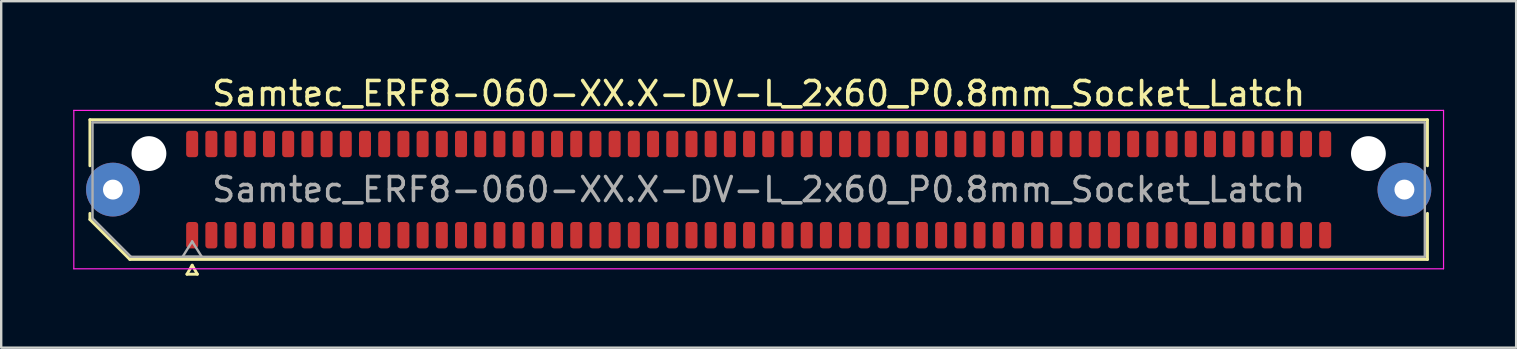
<source format=kicad_pcb>
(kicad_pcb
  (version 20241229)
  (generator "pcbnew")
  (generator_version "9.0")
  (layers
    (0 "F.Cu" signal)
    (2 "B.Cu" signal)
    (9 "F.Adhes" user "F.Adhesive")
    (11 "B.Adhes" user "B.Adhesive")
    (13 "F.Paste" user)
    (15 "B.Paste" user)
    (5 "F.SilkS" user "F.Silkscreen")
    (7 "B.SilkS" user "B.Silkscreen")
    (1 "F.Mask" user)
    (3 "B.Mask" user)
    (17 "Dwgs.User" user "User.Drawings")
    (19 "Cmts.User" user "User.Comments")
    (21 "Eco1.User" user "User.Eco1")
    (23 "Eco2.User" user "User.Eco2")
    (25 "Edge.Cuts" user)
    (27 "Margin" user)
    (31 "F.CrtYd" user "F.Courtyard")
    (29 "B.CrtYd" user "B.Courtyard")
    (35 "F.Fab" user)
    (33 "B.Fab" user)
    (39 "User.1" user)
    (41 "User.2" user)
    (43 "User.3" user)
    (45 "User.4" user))
  (footprint "Samtec_ERF8-060-XX.X-DV-L_2x60_P0.8mm_Socket_Latch"
    (layer "F.Cu")
    (at 28.555 4.848)
    (property "Reference" "Samtec_ERF8-060-XX.X-DV-L_2x60_P0.8mm_Socket_Latch" (at 0 -4 0) (layer "F.SilkS") (effects (font (size 1 1) (thickness 0.15))))
    (attr smd)
    (fp_line (start -27.86 -2.91) (end 27.86 -2.91) (stroke (width 0.12) (type solid)) (layer "F.SilkS"))
    (fp_line (start -27.86 -0.991) (end -27.86 -2.91) (stroke (width 0.12) (type solid)) (layer "F.SilkS"))
    (fp_line (start -27.86 1.246) (end -27.86 0.991) (stroke (width 0.12) (type solid)) (layer "F.SilkS"))
    (fp_line (start -26.196 2.91) (end -27.86 1.246) (stroke (width 0.12) (type solid)) (layer "F.SilkS"))
    (fp_line (start -23.817 3.525) (end -23.6 3.15) (stroke (width 0.12) (type solid)) (layer "F.SilkS"))
    (fp_line (start -23.6 3.15) (end -23.383 3.525) (stroke (width 0.12) (type solid)) (layer "F.SilkS"))
    (fp_line (start -23.383 3.525) (end -23.817 3.525) (stroke (width 0.12) (type solid)) (layer "F.SilkS"))
    (fp_line (start 27.86 -2.91) (end 27.86 -0.991) (stroke (width 0.12) (type solid)) (layer "F.SilkS"))
    (fp_line (start 27.86 0.991) (end 27.86 2.91) (stroke (width 0.12) (type solid)) (layer "F.SilkS"))
    (fp_line (start 27.86 2.91) (end -26.196 2.91) (stroke (width 0.12) (type solid)) (layer "F.SilkS"))
    (fp_line (start -28.53 -3.3) (end -28.53 3.3) (stroke (width 0.05) (type solid)) (layer "F.CrtYd"))
    (fp_line (start -28.53 3.3) (end 28.53 3.3) (stroke (width 0.05) (type solid)) (layer "F.CrtYd"))
    (fp_line (start 28.53 -3.3) (end -28.53 -3.3) (stroke (width 0.05) (type solid)) (layer "F.CrtYd"))
    (fp_line (start 28.53 3.3) (end 28.53 -3.3) (stroke (width 0.05) (type solid)) (layer "F.CrtYd"))
    (fp_line (start -27.75 -2.8) (end 27.75 -2.8) (stroke (width 0.1) (type solid)) (layer "F.Fab"))
    (fp_line (start -27.75 1.2) (end -27.75 -2.8) (stroke (width 0.1) (type solid)) (layer "F.Fab"))
    (fp_line (start -26.15 2.8) (end -27.75 1.2) (stroke (width 0.1) (type solid)) (layer "F.Fab"))
    (fp_line (start -24 2.8) (end -23.6 2.16) (stroke (width 0.1) (type solid)) (layer "F.Fab"))
    (fp_line (start -23.6 2.16) (end -23.2 2.8) (stroke (width 0.1) (type solid)) (layer "F.Fab"))
    (fp_line (start -23.2 2.8) (end -24 2.8) (stroke (width 0.1) (type solid)) (layer "F.Fab"))
    (fp_line (start 27.75 -2.8) (end 27.75 2.8) (stroke (width 0.1) (type solid)) (layer "F.Fab"))
    (fp_line (start 27.75 2.8) (end -26.15 2.8) (stroke (width 0.1) (type solid)) (layer "F.Fab"))
    (fp_text user "${REFERENCE}" (at 0 0 0) (layer "F.Fab") (effects (font (size 1 1) (thickness 0.15))))
    (pad "" thru_hole circle (at -26.9 0) (size 2.24 2.24) (drill 0.83) (layers "*.Cu" "*.Mask" "F.Paste"))
    (pad "" np_thru_hole circle (at -25.4 -1.5) (size 1.45 1.45) (drill 1.45) (layers "*.Cu" "*.Mask"))
    (pad "" np_thru_hole circle (at 25.4 -1.5) (size 1.45 1.45) (drill 1.45) (layers "*.Cu" "*.Mask"))
    (pad "" thru_hole circle (at 26.9 0) (size 2.24 2.24) (drill 0.83) (layers "*.Cu" "*.Mask" "F.Paste"))
    (pad "1" smd roundrect (at -23.6 1.9) (size 0.5 1.1) (layers "F.Cu" "F.Mask" "F.Paste") (roundrect_rratio 0.25))
    (pad "2" smd roundrect (at -23.6 -1.9) (size 0.5 1.1) (layers "F.Cu" "F.Mask" "F.Paste") (roundrect_rratio 0.25))
    (pad "3" smd roundrect (at -22.8 1.9) (size 0.5 1.1) (layers "F.Cu" "F.Mask" "F.Paste") (roundrect_rratio 0.25))
    (pad "4" smd roundrect (at -22.8 -1.9) (size 0.5 1.1) (layers "F.Cu" "F.Mask" "F.Paste") (roundrect_rratio 0.25))
    (pad "5" smd roundrect (at -22 1.9) (size 0.5 1.1) (layers "F.Cu" "F.Mask" "F.Paste") (roundrect_rratio 0.25))
    (pad "6" smd roundrect (at -22 -1.9) (size 0.5 1.1) (layers "F.Cu" "F.Mask" "F.Paste") (roundrect_rratio 0.25))
    (pad "7" smd roundrect (at -21.2 1.9) (size 0.5 1.1) (layers "F.Cu" "F.Mask" "F.Paste") (roundrect_rratio 0.25))
    (pad "8" smd roundrect (at -21.2 -1.9) (size 0.5 1.1) (layers "F.Cu" "F.Mask" "F.Paste") (roundrect_rratio 0.25))
    (pad "9" smd roundrect (at -20.4 1.9) (size 0.5 1.1) (layers "F.Cu" "F.Mask" "F.Paste") (roundrect_rratio 0.25))
    (pad "10" smd roundrect (at -20.4 -1.9) (size 0.5 1.1) (layers "F.Cu" "F.Mask" "F.Paste") (roundrect_rratio 0.25))
    (pad "11" smd roundrect (at -19.6 1.9) (size 0.5 1.1) (layers "F.Cu" "F.Mask" "F.Paste") (roundrect_rratio 0.25))
    (pad "12" smd roundrect (at -19.6 -1.9) (size 0.5 1.1) (layers "F.Cu" "F.Mask" "F.Paste") (roundrect_rratio 0.25))
    (pad "13" smd roundrect (at -18.8 1.9) (size 0.5 1.1) (layers "F.Cu" "F.Mask" "F.Paste") (roundrect_rratio 0.25))
    (pad "14" smd roundrect (at -18.8 -1.9) (size 0.5 1.1) (layers "F.Cu" "F.Mask" "F.Paste") (roundrect_rratio 0.25))
    (pad "15" smd roundrect (at -18 1.9) (size 0.5 1.1) (layers "F.Cu" "F.Mask" "F.Paste") (roundrect_rratio 0.25))
    (pad "16" smd roundrect (at -18 -1.9) (size 0.5 1.1) (layers "F.Cu" "F.Mask" "F.Paste") (roundrect_rratio 0.25))
    (pad "17" smd roundrect (at -17.2 1.9) (size 0.5 1.1) (layers "F.Cu" "F.Mask" "F.Paste") (roundrect_rratio 0.25))
    (pad "18" smd roundrect (at -17.2 -1.9) (size 0.5 1.1) (layers "F.Cu" "F.Mask" "F.Paste") (roundrect_rratio 0.25))
    (pad "19" smd roundrect (at -16.4 1.9) (size 0.5 1.1) (layers "F.Cu" "F.Mask" "F.Paste") (roundrect_rratio 0.25))
    (pad "20" smd roundrect (at -16.4 -1.9) (size 0.5 1.1) (layers "F.Cu" "F.Mask" "F.Paste") (roundrect_rratio 0.25))
    (pad "21" smd roundrect (at -15.6 1.9) (size 0.5 1.1) (layers "F.Cu" "F.Mask" "F.Paste") (roundrect_rratio 0.25))
    (pad "22" smd roundrect (at -15.6 -1.9) (size 0.5 1.1) (layers "F.Cu" "F.Mask" "F.Paste") (roundrect_rratio 0.25))
    (pad "23" smd roundrect (at -14.8 1.9) (size 0.5 1.1) (layers "F.Cu" "F.Mask" "F.Paste") (roundrect_rratio 0.25))
    (pad "24" smd roundrect (at -14.8 -1.9) (size 0.5 1.1) (layers "F.Cu" "F.Mask" "F.Paste") (roundrect_rratio 0.25))
    (pad "25" smd roundrect (at -14 1.9) (size 0.5 1.1) (layers "F.Cu" "F.Mask" "F.Paste") (roundrect_rratio 0.25))
    (pad "26" smd roundrect (at -14 -1.9) (size 0.5 1.1) (layers "F.Cu" "F.Mask" "F.Paste") (roundrect_rratio 0.25))
    (pad "27" smd roundrect (at -13.2 1.9) (size 0.5 1.1) (layers "F.Cu" "F.Mask" "F.Paste") (roundrect_rratio 0.25))
    (pad "28" smd roundrect (at -13.2 -1.9) (size 0.5 1.1) (layers "F.Cu" "F.Mask" "F.Paste") (roundrect_rratio 0.25))
    (pad "29" smd roundrect (at -12.4 1.9) (size 0.5 1.1) (layers "F.Cu" "F.Mask" "F.Paste") (roundrect_rratio 0.25))
    (pad "30" smd roundrect (at -12.4 -1.9) (size 0.5 1.1) (layers "F.Cu" "F.Mask" "F.Paste") (roundrect_rratio 0.25))
    (pad "31" smd roundrect (at -11.6 1.9) (size 0.5 1.1) (layers "F.Cu" "F.Mask" "F.Paste") (roundrect_rratio 0.25))
    (pad "32" smd roundrect (at -11.6 -1.9) (size 0.5 1.1) (layers "F.Cu" "F.Mask" "F.Paste") (roundrect_rratio 0.25))
    (pad "33" smd roundrect (at -10.8 1.9) (size 0.5 1.1) (layers "F.Cu" "F.Mask" "F.Paste") (roundrect_rratio 0.25))
    (pad "34" smd roundrect (at -10.8 -1.9) (size 0.5 1.1) (layers "F.Cu" "F.Mask" "F.Paste") (roundrect_rratio 0.25))
    (pad "35" smd roundrect (at -10 1.9) (size 0.5 1.1) (layers "F.Cu" "F.Mask" "F.Paste") (roundrect_rratio 0.25))
    (pad "36" smd roundrect (at -10 -1.9) (size 0.5 1.1) (layers "F.Cu" "F.Mask" "F.Paste") (roundrect_rratio 0.25))
    (pad "37" smd roundrect (at -9.2 1.9) (size 0.5 1.1) (layers "F.Cu" "F.Mask" "F.Paste") (roundrect_rratio 0.25))
    (pad "38" smd roundrect (at -9.2 -1.9) (size 0.5 1.1) (layers "F.Cu" "F.Mask" "F.Paste") (roundrect_rratio 0.25))
    (pad "39" smd roundrect (at -8.4 1.9) (size 0.5 1.1) (layers "F.Cu" "F.Mask" "F.Paste") (roundrect_rratio 0.25))
    (pad "40" smd roundrect (at -8.4 -1.9) (size 0.5 1.1) (layers "F.Cu" "F.Mask" "F.Paste") (roundrect_rratio 0.25))
    (pad "41" smd roundrect (at -7.6 1.9) (size 0.5 1.1) (layers "F.Cu" "F.Mask" "F.Paste") (roundrect_rratio 0.25))
    (pad "42" smd roundrect (at -7.6 -1.9) (size 0.5 1.1) (layers "F.Cu" "F.Mask" "F.Paste") (roundrect_rratio 0.25))
    (pad "43" smd roundrect (at -6.8 1.9) (size 0.5 1.1) (layers "F.Cu" "F.Mask" "F.Paste") (roundrect_rratio 0.25))
    (pad "44" smd roundrect (at -6.8 -1.9) (size 0.5 1.1) (layers "F.Cu" "F.Mask" "F.Paste") (roundrect_rratio 0.25))
    (pad "45" smd roundrect (at -6 1.9) (size 0.5 1.1) (layers "F.Cu" "F.Mask" "F.Paste") (roundrect_rratio 0.25))
    (pad "46" smd roundrect (at -6 -1.9) (size 0.5 1.1) (layers "F.Cu" "F.Mask" "F.Paste") (roundrect_rratio 0.25))
    (pad "47" smd roundrect (at -5.2 1.9) (size 0.5 1.1) (layers "F.Cu" "F.Mask" "F.Paste") (roundrect_rratio 0.25))
    (pad "48" smd roundrect (at -5.2 -1.9) (size 0.5 1.1) (layers "F.Cu" "F.Mask" "F.Paste") (roundrect_rratio 0.25))
    (pad "49" smd roundrect (at -4.4 1.9) (size 0.5 1.1) (layers "F.Cu" "F.Mask" "F.Paste") (roundrect_rratio 0.25))
    (pad "50" smd roundrect (at -4.4 -1.9) (size 0.5 1.1) (layers "F.Cu" "F.Mask" "F.Paste") (roundrect_rratio 0.25))
    (pad "51" smd roundrect (at -3.6 1.9) (size 0.5 1.1) (layers "F.Cu" "F.Mask" "F.Paste") (roundrect_rratio 0.25))
    (pad "52" smd roundrect (at -3.6 -1.9) (size 0.5 1.1) (layers "F.Cu" "F.Mask" "F.Paste") (roundrect_rratio 0.25))
    (pad "53" smd roundrect (at -2.8 1.9) (size 0.5 1.1) (layers "F.Cu" "F.Mask" "F.Paste") (roundrect_rratio 0.25))
    (pad "54" smd roundrect (at -2.8 -1.9) (size 0.5 1.1) (layers "F.Cu" "F.Mask" "F.Paste") (roundrect_rratio 0.25))
    (pad "55" smd roundrect (at -2 1.9) (size 0.5 1.1) (layers "F.Cu" "F.Mask" "F.Paste") (roundrect_rratio 0.25))
    (pad "56" smd roundrect (at -2 -1.9) (size 0.5 1.1) (layers "F.Cu" "F.Mask" "F.Paste") (roundrect_rratio 0.25))
    (pad "57" smd roundrect (at -1.2 1.9) (size 0.5 1.1) (layers "F.Cu" "F.Mask" "F.Paste") (roundrect_rratio 0.25))
    (pad "58" smd roundrect (at -1.2 -1.9) (size 0.5 1.1) (layers "F.Cu" "F.Mask" "F.Paste") (roundrect_rratio 0.25))
    (pad "59" smd roundrect (at -0.4 1.9) (size 0.5 1.1) (layers "F.Cu" "F.Mask" "F.Paste") (roundrect_rratio 0.25))
    (pad "60" smd roundrect (at -0.4 -1.9) (size 0.5 1.1) (layers "F.Cu" "F.Mask" "F.Paste") (roundrect_rratio 0.25))
    (pad "61" smd roundrect (at 0.4 1.9) (size 0.5 1.1) (layers "F.Cu" "F.Mask" "F.Paste") (roundrect_rratio 0.25))
    (pad "62" smd roundrect (at 0.4 -1.9) (size 0.5 1.1) (layers "F.Cu" "F.Mask" "F.Paste") (roundrect_rratio 0.25))
    (pad "63" smd roundrect (at 1.2 1.9) (size 0.5 1.1) (layers "F.Cu" "F.Mask" "F.Paste") (roundrect_rratio 0.25))
    (pad "64" smd roundrect (at 1.2 -1.9) (size 0.5 1.1) (layers "F.Cu" "F.Mask" "F.Paste") (roundrect_rratio 0.25))
    (pad "65" smd roundrect (at 2 1.9) (size 0.5 1.1) (layers "F.Cu" "F.Mask" "F.Paste") (roundrect_rratio 0.25))
    (pad "66" smd roundrect (at 2 -1.9) (size 0.5 1.1) (layers "F.Cu" "F.Mask" "F.Paste") (roundrect_rratio 0.25))
    (pad "67" smd roundrect (at 2.8 1.9) (size 0.5 1.1) (layers "F.Cu" "F.Mask" "F.Paste") (roundrect_rratio 0.25))
    (pad "68" smd roundrect (at 2.8 -1.9) (size 0.5 1.1) (layers "F.Cu" "F.Mask" "F.Paste") (roundrect_rratio 0.25))
    (pad "69" smd roundrect (at 3.6 1.9) (size 0.5 1.1) (layers "F.Cu" "F.Mask" "F.Paste") (roundrect_rratio 0.25))
    (pad "70" smd roundrect (at 3.6 -1.9) (size 0.5 1.1) (layers "F.Cu" "F.Mask" "F.Paste") (roundrect_rratio 0.25))
    (pad "71" smd roundrect (at 4.4 1.9) (size 0.5 1.1) (layers "F.Cu" "F.Mask" "F.Paste") (roundrect_rratio 0.25))
    (pad "72" smd roundrect (at 4.4 -1.9) (size 0.5 1.1) (layers "F.Cu" "F.Mask" "F.Paste") (roundrect_rratio 0.25))
    (pad "73" smd roundrect (at 5.2 1.9) (size 0.5 1.1) (layers "F.Cu" "F.Mask" "F.Paste") (roundrect_rratio 0.25))
    (pad "74" smd roundrect (at 5.2 -1.9) (size 0.5 1.1) (layers "F.Cu" "F.Mask" "F.Paste") (roundrect_rratio 0.25))
    (pad "75" smd roundrect (at 6 1.9) (size 0.5 1.1) (layers "F.Cu" "F.Mask" "F.Paste") (roundrect_rratio 0.25))
    (pad "76" smd roundrect (at 6 -1.9) (size 0.5 1.1) (layers "F.Cu" "F.Mask" "F.Paste") (roundrect_rratio 0.25))
    (pad "77" smd roundrect (at 6.8 1.9) (size 0.5 1.1) (layers "F.Cu" "F.Mask" "F.Paste") (roundrect_rratio 0.25))
    (pad "78" smd roundrect (at 6.8 -1.9) (size 0.5 1.1) (layers "F.Cu" "F.Mask" "F.Paste") (roundrect_rratio 0.25))
    (pad "79" smd roundrect (at 7.6 1.9) (size 0.5 1.1) (layers "F.Cu" "F.Mask" "F.Paste") (roundrect_rratio 0.25))
    (pad "80" smd roundrect (at 7.6 -1.9) (size 0.5 1.1) (layers "F.Cu" "F.Mask" "F.Paste") (roundrect_rratio 0.25))
    (pad "81" smd roundrect (at 8.4 1.9) (size 0.5 1.1) (layers "F.Cu" "F.Mask" "F.Paste") (roundrect_rratio 0.25))
    (pad "82" smd roundrect (at 8.4 -1.9) (size 0.5 1.1) (layers "F.Cu" "F.Mask" "F.Paste") (roundrect_rratio 0.25))
    (pad "83" smd roundrect (at 9.2 1.9) (size 0.5 1.1) (layers "F.Cu" "F.Mask" "F.Paste") (roundrect_rratio 0.25))
    (pad "84" smd roundrect (at 9.2 -1.9) (size 0.5 1.1) (layers "F.Cu" "F.Mask" "F.Paste") (roundrect_rratio 0.25))
    (pad "85" smd roundrect (at 10 1.9) (size 0.5 1.1) (layers "F.Cu" "F.Mask" "F.Paste") (roundrect_rratio 0.25))
    (pad "86" smd roundrect (at 10 -1.9) (size 0.5 1.1) (layers "F.Cu" "F.Mask" "F.Paste") (roundrect_rratio 0.25))
    (pad "87" smd roundrect (at 10.8 1.9) (size 0.5 1.1) (layers "F.Cu" "F.Mask" "F.Paste") (roundrect_rratio 0.25))
    (pad "88" smd roundrect (at 10.8 -1.9) (size 0.5 1.1) (layers "F.Cu" "F.Mask" "F.Paste") (roundrect_rratio 0.25))
    (pad "89" smd roundrect (at 11.6 1.9) (size 0.5 1.1) (layers "F.Cu" "F.Mask" "F.Paste") (roundrect_rratio 0.25))
    (pad "90" smd roundrect (at 11.6 -1.9) (size 0.5 1.1) (layers "F.Cu" "F.Mask" "F.Paste") (roundrect_rratio 0.25))
    (pad "91" smd roundrect (at 12.4 1.9) (size 0.5 1.1) (layers "F.Cu" "F.Mask" "F.Paste") (roundrect_rratio 0.25))
    (pad "92" smd roundrect (at 12.4 -1.9) (size 0.5 1.1) (layers "F.Cu" "F.Mask" "F.Paste") (roundrect_rratio 0.25))
    (pad "93" smd roundrect (at 13.2 1.9) (size 0.5 1.1) (layers "F.Cu" "F.Mask" "F.Paste") (roundrect_rratio 0.25))
    (pad "94" smd roundrect (at 13.2 -1.9) (size 0.5 1.1) (layers "F.Cu" "F.Mask" "F.Paste") (roundrect_rratio 0.25))
    (pad "95" smd roundrect (at 14 1.9) (size 0.5 1.1) (layers "F.Cu" "F.Mask" "F.Paste") (roundrect_rratio 0.25))
    (pad "96" smd roundrect (at 14 -1.9) (size 0.5 1.1) (layers "F.Cu" "F.Mask" "F.Paste") (roundrect_rratio 0.25))
    (pad "97" smd roundrect (at 14.8 1.9) (size 0.5 1.1) (layers "F.Cu" "F.Mask" "F.Paste") (roundrect_rratio 0.25))
    (pad "98" smd roundrect (at 14.8 -1.9) (size 0.5 1.1) (layers "F.Cu" "F.Mask" "F.Paste") (roundrect_rratio 0.25))
    (pad "99" smd roundrect (at 15.6 1.9) (size 0.5 1.1) (layers "F.Cu" "F.Mask" "F.Paste") (roundrect_rratio 0.25))
    (pad "100" smd roundrect (at 15.6 -1.9) (size 0.5 1.1) (layers "F.Cu" "F.Mask" "F.Paste") (roundrect_rratio 0.25))
    (pad "101" smd roundrect (at 16.4 1.9) (size 0.5 1.1) (layers "F.Cu" "F.Mask" "F.Paste") (roundrect_rratio 0.25))
    (pad "102" smd roundrect (at 16.4 -1.9) (size 0.5 1.1) (layers "F.Cu" "F.Mask" "F.Paste") (roundrect_rratio 0.25))
    (pad "103" smd roundrect (at 17.2 1.9) (size 0.5 1.1) (layers "F.Cu" "F.Mask" "F.Paste") (roundrect_rratio 0.25))
    (pad "104" smd roundrect (at 17.2 -1.9) (size 0.5 1.1) (layers "F.Cu" "F.Mask" "F.Paste") (roundrect_rratio 0.25))
    (pad "105" smd roundrect (at 18 1.9) (size 0.5 1.1) (layers "F.Cu" "F.Mask" "F.Paste") (roundrect_rratio 0.25))
    (pad "106" smd roundrect (at 18 -1.9) (size 0.5 1.1) (layers "F.Cu" "F.Mask" "F.Paste") (roundrect_rratio 0.25))
    (pad "107" smd roundrect (at 18.8 1.9) (size 0.5 1.1) (layers "F.Cu" "F.Mask" "F.Paste") (roundrect_rratio 0.25))
    (pad "108" smd roundrect (at 18.8 -1.9) (size 0.5 1.1) (layers "F.Cu" "F.Mask" "F.Paste") (roundrect_rratio 0.25))
    (pad "109" smd roundrect (at 19.6 1.9) (size 0.5 1.1) (layers "F.Cu" "F.Mask" "F.Paste") (roundrect_rratio 0.25))
    (pad "110" smd roundrect (at 19.6 -1.9) (size 0.5 1.1) (layers "F.Cu" "F.Mask" "F.Paste") (roundrect_rratio 0.25))
    (pad "111" smd roundrect (at 20.4 1.9) (size 0.5 1.1) (layers "F.Cu" "F.Mask" "F.Paste") (roundrect_rratio 0.25))
    (pad "112" smd roundrect (at 20.4 -1.9) (size 0.5 1.1) (layers "F.Cu" "F.Mask" "F.Paste") (roundrect_rratio 0.25))
    (pad "113" smd roundrect (at 21.2 1.9) (size 0.5 1.1) (layers "F.Cu" "F.Mask" "F.Paste") (roundrect_rratio 0.25))
    (pad "114" smd roundrect (at 21.2 -1.9) (size 0.5 1.1) (layers "F.Cu" "F.Mask" "F.Paste") (roundrect_rratio 0.25))
    (pad "115" smd roundrect (at 22 1.9) (size 0.5 1.1) (layers "F.Cu" "F.Mask" "F.Paste") (roundrect_rratio 0.25))
    (pad "116" smd roundrect (at 22 -1.9) (size 0.5 1.1) (layers "F.Cu" "F.Mask" "F.Paste") (roundrect_rratio 0.25))
    (pad "117" smd roundrect (at 22.8 1.9) (size 0.5 1.1) (layers "F.Cu" "F.Mask" "F.Paste") (roundrect_rratio 0.25))
    (pad "118" smd roundrect (at 22.8 -1.9) (size 0.5 1.1) (layers "F.Cu" "F.Mask" "F.Paste") (roundrect_rratio 0.25))
    (pad "119" smd roundrect (at 23.6 1.9) (size 0.5 1.1) (layers "F.Cu" "F.Mask" "F.Paste") (roundrect_rratio 0.25))
    (pad "120" smd roundrect (at 23.6 -1.9) (size 0.5 1.1) (layers "F.Cu" "F.Mask" "F.Paste") (roundrect_rratio 0.25)))
  (gr_rect
    (start -3 -3)
    (end 60.11 11.433)
    (stroke (width 0.1) (type default))
    (fill no)
    (layer "Edge.Cuts")))
</source>
